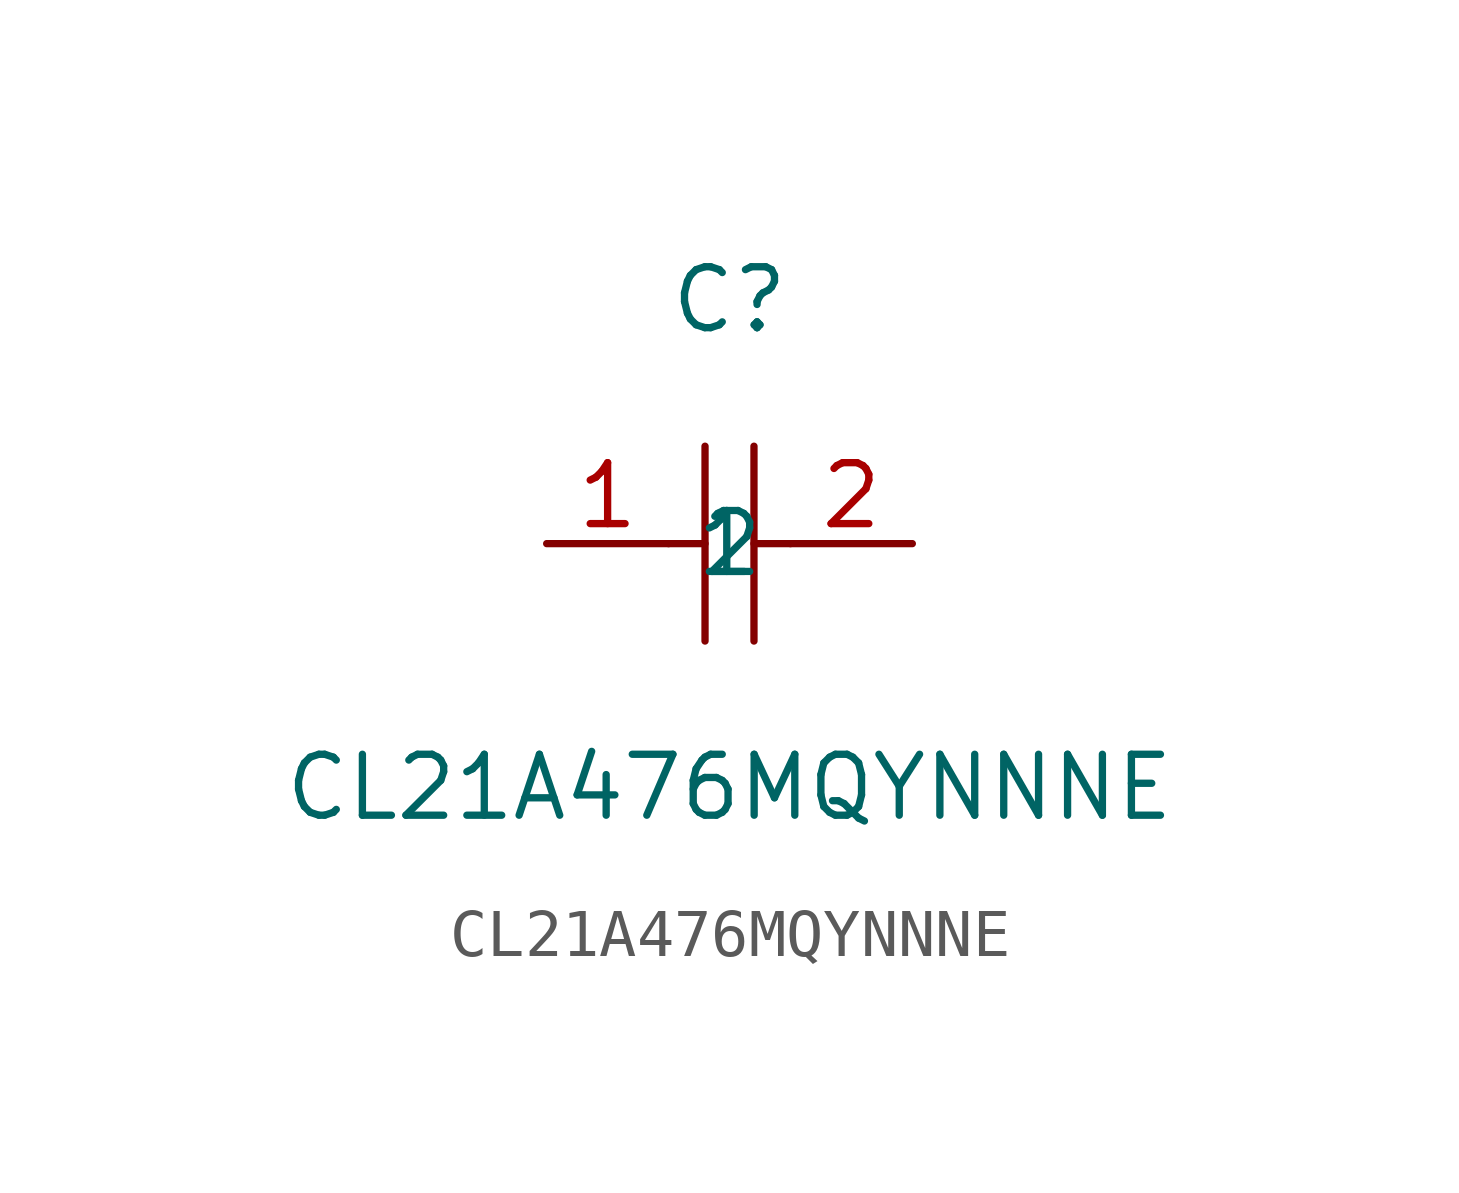
<source format=kicad_sym>
(kicad_symbol_lib
  (version 1)
  (generator "faebryk")
  (symbol "CL21A476MQYNNNE"
    (property "Reference" "C"
      (at 0 5.08 0)
      (effects (font (size 1.27 1.27)) (hide no)))
    (property "Value" "CL21A476MQYNNNE"
      (at 0 -5.08 0)
      (effects (font (size 1.27 1.27)) (hide no)))
    (symbol "CL21A476MQYNNNE_0_1"
      (polyline (stroke (width 0) (type default) (color 0 0 0 0)) (fill (type none)) (pts (xy -0.51 2.03) (xy -0.51 -2.03)))
      (polyline (stroke (width 0) (type default) (color 0 0 0 0)) (fill (type none)) (pts (xy 0.51 2.03) (xy 0.51 -2.03)))
      (polyline (stroke (width 0) (type default) (color 0 0 0 0)) (fill (type none)) (pts (xy -1.27 0) (xy -0.51 0)))
      (polyline (stroke (width 0) (type default) (color 0 0 0 0)) (fill (type none)) (pts (xy 0.51 0) (xy 1.27 0)))
      (pin input line (at -3.81 0 0) (length 2.54) (name "1" (effects (font (size 1.27 1.27)) (hide no))) (number "1" (effects (font (size 1.27 1.27)) (hide no))))
      (pin input line (at 3.81 0 180) (length 2.54) (name "2" (effects (font (size 1.27 1.27)) (hide no))) (number "2" (effects (font (size 1.27 1.27)) (hide no)))))))
</source>
